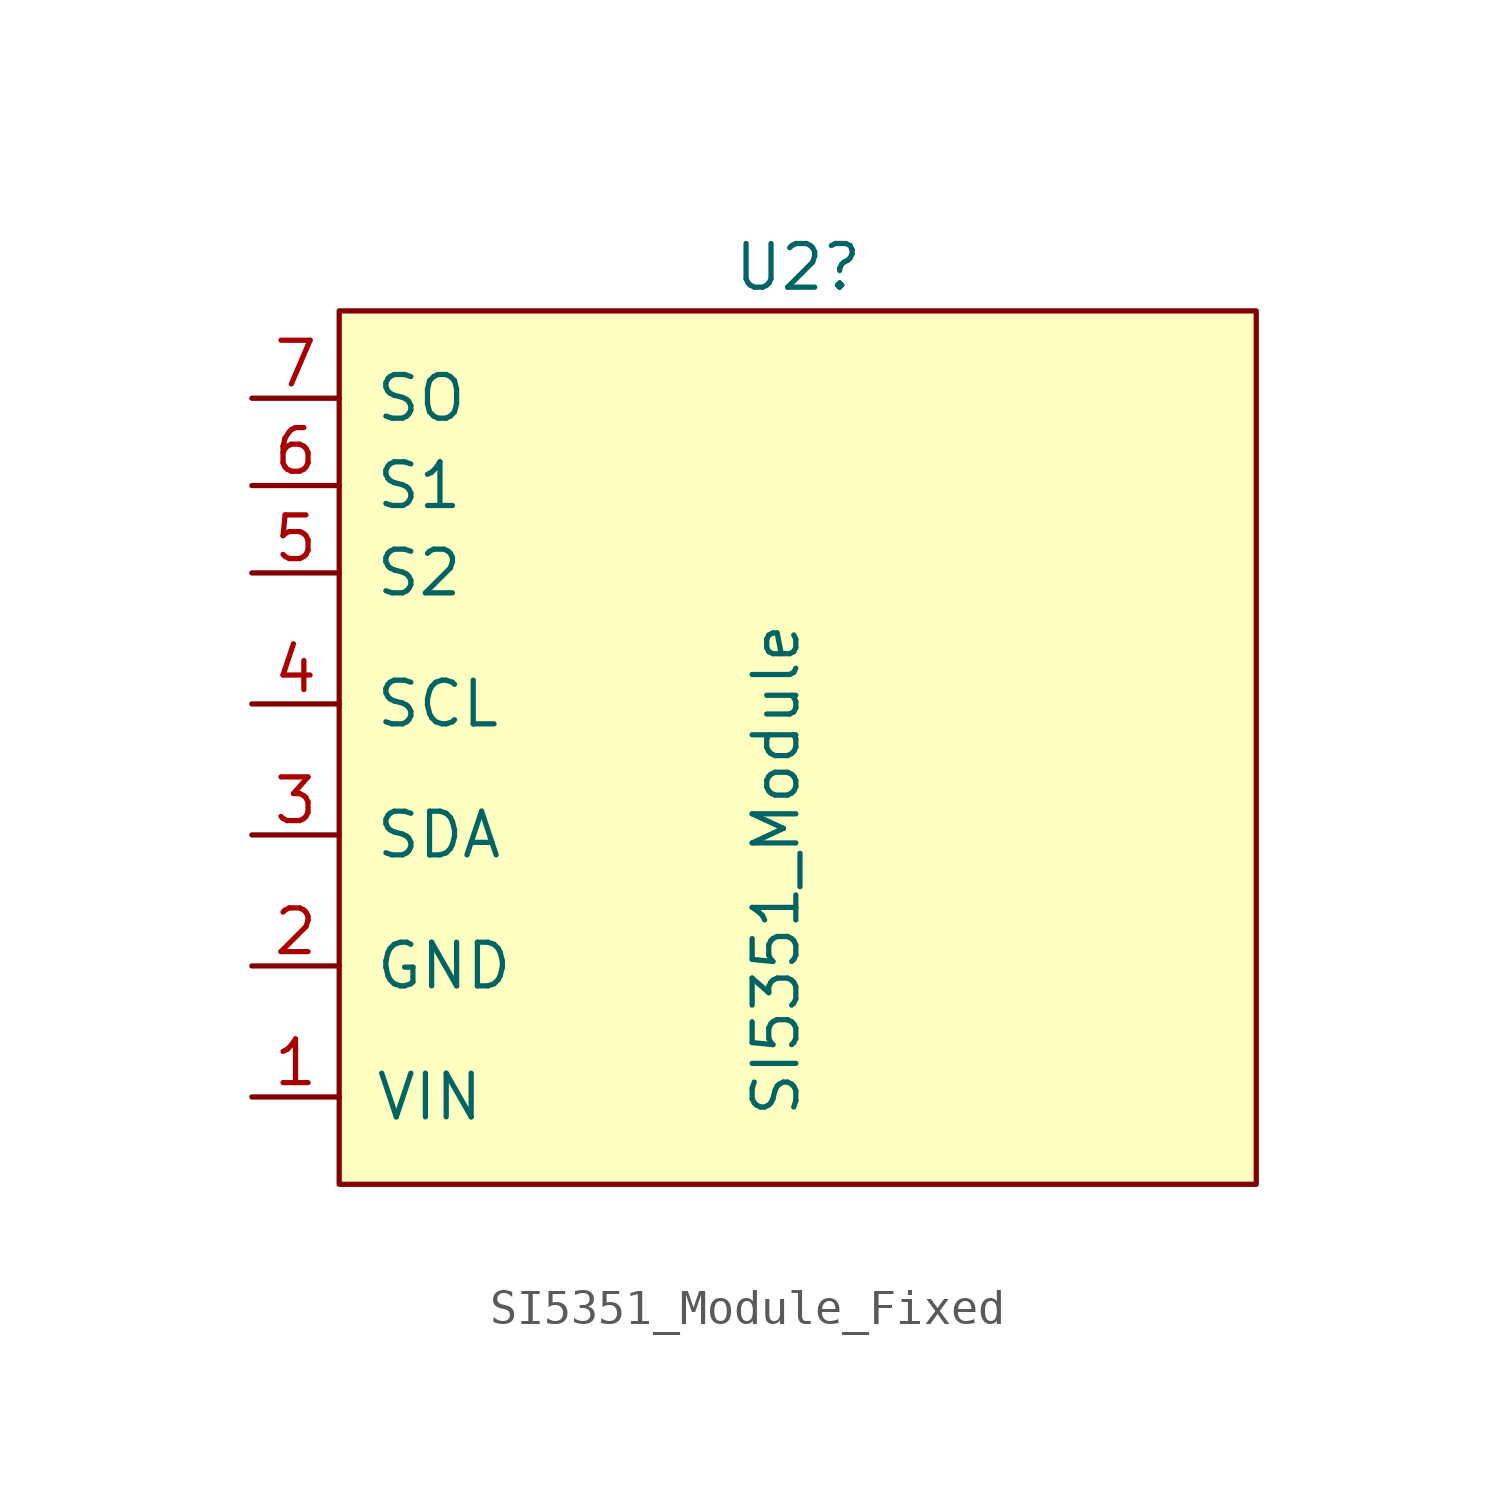
<source format=kicad_sym>
(kicad_symbol_lib
  (version 20220914)
  (generator kicad_symbol_editor)
  (symbol "SI5351_Module_Fixed"
    (pin_names
      (offset 1.016))
    (property "Reference" "U2"
      (at -1.27 13.97 0)
      (effects (font (size 1.27 1.27)) (justify left)))
    (property "Value" "SI5351_Module"
      (at 0 -10.795 90)
      (effects (font (size 1.27 1.27)) (justify left)))
    (symbol "SI5351_Module_Fixed_0_1"
      (rectangle (start -12.7 12.7) (end 13.97 -12.7) (stroke (width 0) (type solid)) (fill (type background))))
    (symbol "SI5351_Module_Fixed_1_1"
      (pin input line (at -15.24 -10.16 0) (length 2.54) (name "VIN" (effects (font (size 1.27 1.27)))) (number "1" (effects (font (size 1.27 1.27)))))
      (pin input line (at -15.24 -6.35 0) (length 2.54) (name "GND" (effects (font (size 1.27 1.27)))) (number "2" (effects (font (size 1.27 1.27)))))
      (pin input line (at -15.24 -2.54 0) (length 2.54) (name "SDA" (effects (font (size 1.27 1.27)))) (number "3" (effects (font (size 1.27 1.27)))))
      (pin input line (at -15.24 1.27 0) (length 2.54) (name "SCL" (effects (font (size 1.27 1.27)))) (number "4" (effects (font (size 1.27 1.27)))))
      (pin output line (at -15.24 5.08 0) (length 2.54) (name "S2" (effects (font (size 1.27 1.27)))) (number "5" (effects (font (size 1.27 1.27)))))
      (pin output line (at -15.24 7.62 0) (length 2.54) (name "S1" (effects (font (size 1.27 1.27)))) (number "6" (effects (font (size 1.27 1.27)))))
      (pin output line (at -15.24 10.16 0) (length 2.54) (name "SO" (effects (font (size 1.27 1.27)))) (number "7" (effects (font (size 1.27 1.27))))))))
</source>
